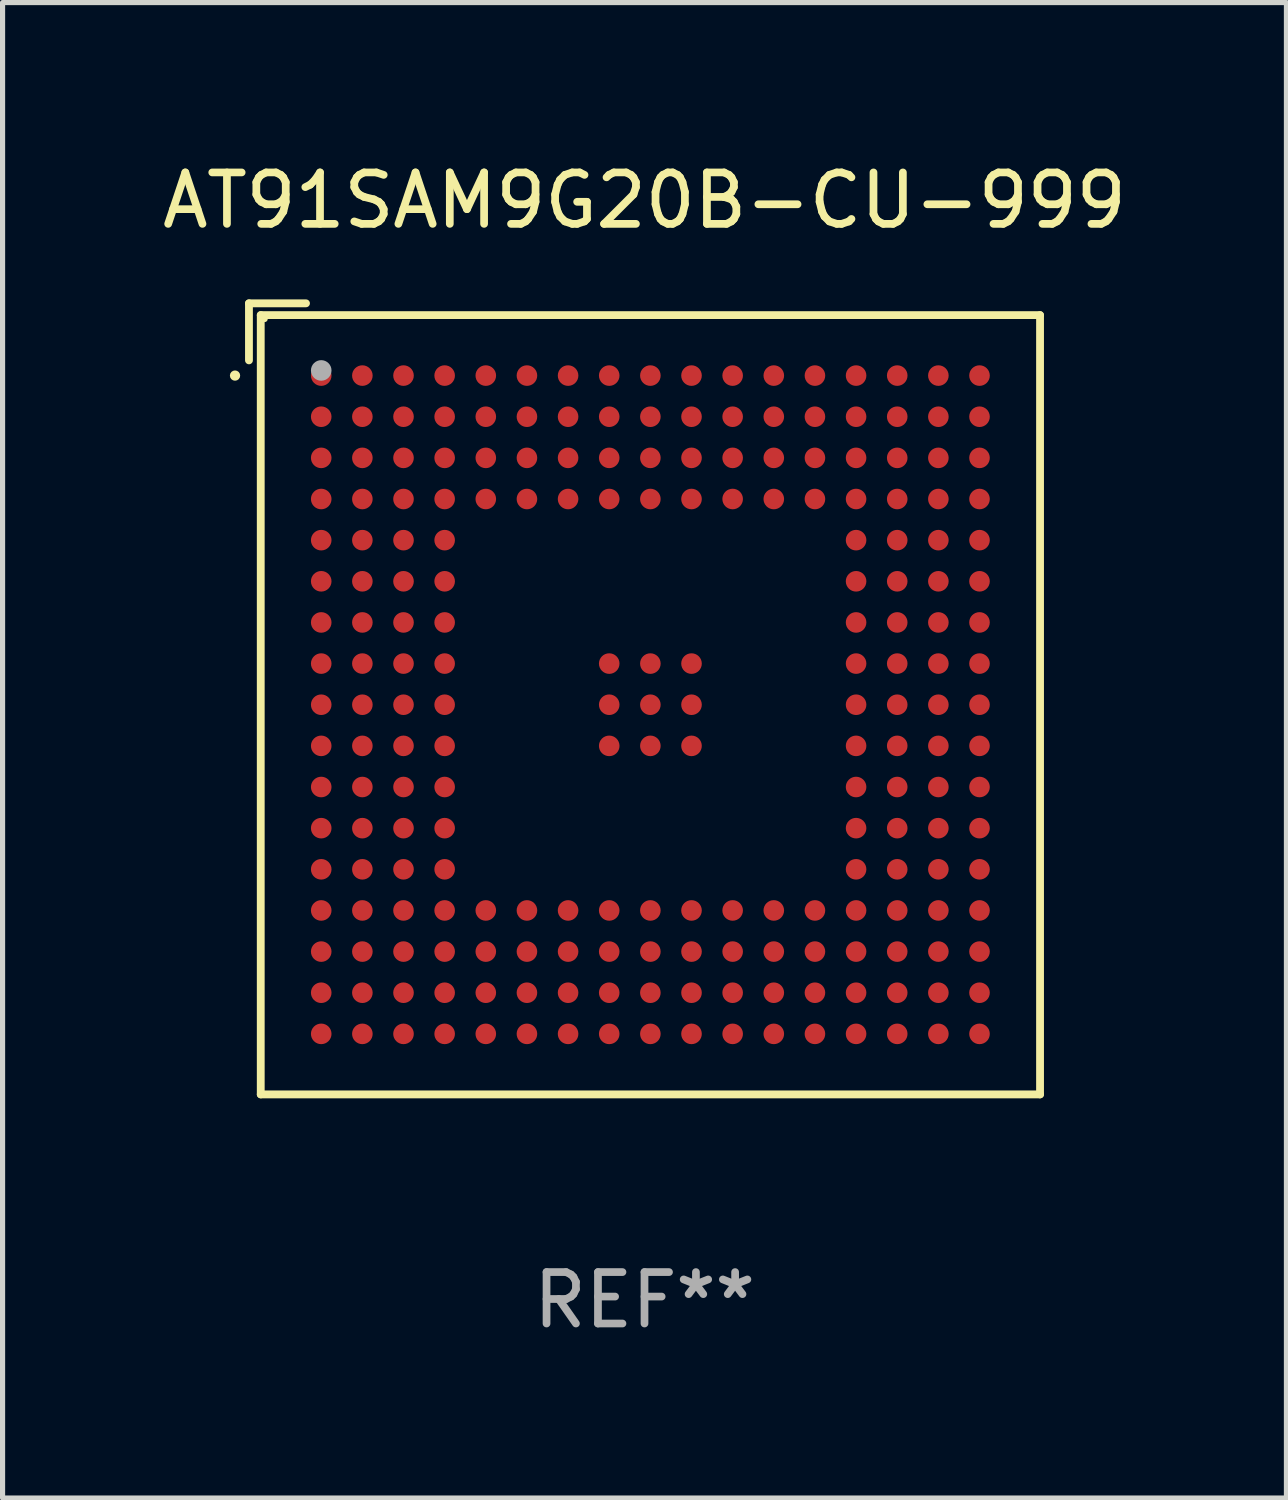
<source format=kicad_pcb>
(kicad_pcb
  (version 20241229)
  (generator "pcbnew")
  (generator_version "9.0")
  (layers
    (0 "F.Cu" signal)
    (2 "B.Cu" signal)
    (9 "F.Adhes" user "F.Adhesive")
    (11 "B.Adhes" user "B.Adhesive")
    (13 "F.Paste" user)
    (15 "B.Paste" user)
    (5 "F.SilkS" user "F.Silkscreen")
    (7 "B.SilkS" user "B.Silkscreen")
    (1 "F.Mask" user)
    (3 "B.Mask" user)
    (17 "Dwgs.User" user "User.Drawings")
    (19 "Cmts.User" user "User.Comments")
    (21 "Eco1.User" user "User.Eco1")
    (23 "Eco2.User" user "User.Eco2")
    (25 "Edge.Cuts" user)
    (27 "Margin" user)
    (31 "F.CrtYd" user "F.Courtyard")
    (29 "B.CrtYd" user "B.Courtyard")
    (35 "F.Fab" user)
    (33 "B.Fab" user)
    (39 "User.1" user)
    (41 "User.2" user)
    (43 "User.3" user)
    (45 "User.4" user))
  (footprint "AT91SAM9G20B-CU-999"
    (layer "F.Cu")
    (at 9.482 10.539)
    (property "Reference" "AT91SAM9G20B-CU-999" (at 0 -9.691 0) (layer "F.SilkS") (effects (font (size 1 1) (thickness 0.15))))
    (attr through_hole)
    (fp_line (start -7.691 -7.691) (end -6.582 -7.691) (stroke (width 0.152) (type solid)) (layer "F.SilkS"))
    (fp_line (start -7.691 -6.582) (end -7.691 -7.691) (stroke (width 0.152) (type solid)) (layer "F.SilkS"))
    (fp_line (start -7.462 -7.462) (end 7.691 -7.462) (stroke (width 0.152) (type solid)) (layer "F.SilkS"))
    (fp_line (start -7.462 7.691) (end -7.462 -7.462) (stroke (width 0.152) (type solid)) (layer "F.SilkS"))
    (fp_line (start 7.691 -7.462) (end 7.691 7.691) (stroke (width 0.152) (type solid)) (layer "F.SilkS"))
    (fp_line (start 7.691 7.691) (end -7.462 7.691) (stroke (width 0.152) (type solid)) (layer "F.SilkS"))
    (fp_circle (center -7.962 -6.286) (end -7.912 -6.286) (stroke (width 0.1) (type solid)) (fill no) (layer "F.SilkS"))
    (fp_circle (center -7.386 -7.386) (end -7.356 -7.386) (stroke (width 0.06) (type solid)) (fill no) (layer "F.SilkS"))
    (fp_circle (center -6.286 -6.386) (end -6.186 -6.386) (stroke (width 0.2) (type solid)) (fill no) (layer "F.Fab"))
    (fp_text user "REF**" (at 0 11.691 0) (layer "F.Fab") (effects (font (size 1 1) (thickness 0.15))))
    (pad "A1" smd circle (at -6.286 -6.286) (size 0.4 0.4) (layers "F.Cu" "F.Mask" "F.Paste"))
    (pad "A2" smd circle (at -5.486 -6.286) (size 0.4 0.4) (layers "F.Cu" "F.Mask" "F.Paste"))
    (pad "A3" smd circle (at -4.686 -6.286) (size 0.4 0.4) (layers "F.Cu" "F.Mask" "F.Paste"))
    (pad "A4" smd circle (at -3.886 -6.286) (size 0.4 0.4) (layers "F.Cu" "F.Mask" "F.Paste"))
    (pad "A5" smd circle (at -3.086 -6.286) (size 0.4 0.4) (layers "F.Cu" "F.Mask" "F.Paste"))
    (pad "A6" smd circle (at -2.286 -6.286) (size 0.4 0.4) (layers "F.Cu" "F.Mask" "F.Paste"))
    (pad "A7" smd circle (at -1.486 -6.286) (size 0.4 0.4) (layers "F.Cu" "F.Mask" "F.Paste"))
    (pad "A8" smd circle (at -0.686 -6.286) (size 0.4 0.4) (layers "F.Cu" "F.Mask" "F.Paste"))
    (pad "A9" smd circle (at 0.114 -6.286) (size 0.4 0.4) (layers "F.Cu" "F.Mask" "F.Paste"))
    (pad "A10" smd circle (at 0.914 -6.286) (size 0.4 0.4) (layers "F.Cu" "F.Mask" "F.Paste"))
    (pad "A11" smd circle (at 1.714 -6.286) (size 0.4 0.4) (layers "F.Cu" "F.Mask" "F.Paste"))
    (pad "A12" smd circle (at 2.514 -6.286) (size 0.4 0.4) (layers "F.Cu" "F.Mask" "F.Paste"))
    (pad "A13" smd circle (at 3.314 -6.286) (size 0.4 0.4) (layers "F.Cu" "F.Mask" "F.Paste"))
    (pad "A14" smd circle (at 4.114 -6.286) (size 0.4 0.4) (layers "F.Cu" "F.Mask" "F.Paste"))
    (pad "A15" smd circle (at 4.914 -6.286) (size 0.4 0.4) (layers "F.Cu" "F.Mask" "F.Paste"))
    (pad "A16" smd circle (at 5.714 -6.286) (size 0.4 0.4) (layers "F.Cu" "F.Mask" "F.Paste"))
    (pad "A17" smd circle (at 6.514 -6.286) (size 0.4 0.4) (layers "F.Cu" "F.Mask" "F.Paste"))
    (pad "B1" smd circle (at -6.286 -5.486) (size 0.4 0.4) (layers "F.Cu" "F.Mask" "F.Paste"))
    (pad "B2" smd circle (at -5.486 -5.486) (size 0.4 0.4) (layers "F.Cu" "F.Mask" "F.Paste"))
    (pad "B3" smd circle (at -4.686 -5.486) (size 0.4 0.4) (layers "F.Cu" "F.Mask" "F.Paste"))
    (pad "B4" smd circle (at -3.886 -5.486) (size 0.4 0.4) (layers "F.Cu" "F.Mask" "F.Paste"))
    (pad "B5" smd circle (at -3.086 -5.486) (size 0.4 0.4) (layers "F.Cu" "F.Mask" "F.Paste"))
    (pad "B6" smd circle (at -2.286 -5.486) (size 0.4 0.4) (layers "F.Cu" "F.Mask" "F.Paste"))
    (pad "B7" smd circle (at -1.486 -5.486) (size 0.4 0.4) (layers "F.Cu" "F.Mask" "F.Paste"))
    (pad "B8" smd circle (at -0.686 -5.486) (size 0.4 0.4) (layers "F.Cu" "F.Mask" "F.Paste"))
    (pad "B9" smd circle (at 0.114 -5.486) (size 0.4 0.4) (layers "F.Cu" "F.Mask" "F.Paste"))
    (pad "B10" smd circle (at 0.914 -5.486) (size 0.4 0.4) (layers "F.Cu" "F.Mask" "F.Paste"))
    (pad "B11" smd circle (at 1.714 -5.486) (size 0.4 0.4) (layers "F.Cu" "F.Mask" "F.Paste"))
    (pad "B12" smd circle (at 2.514 -5.486) (size 0.4 0.4) (layers "F.Cu" "F.Mask" "F.Paste"))
    (pad "B13" smd circle (at 3.314 -5.486) (size 0.4 0.4) (layers "F.Cu" "F.Mask" "F.Paste"))
    (pad "B14" smd circle (at 4.114 -5.486) (size 0.4 0.4) (layers "F.Cu" "F.Mask" "F.Paste"))
    (pad "B15" smd circle (at 4.914 -5.486) (size 0.4 0.4) (layers "F.Cu" "F.Mask" "F.Paste"))
    (pad "B16" smd circle (at 5.714 -5.486) (size 0.4 0.4) (layers "F.Cu" "F.Mask" "F.Paste"))
    (pad "B17" smd circle (at 6.514 -5.486) (size 0.4 0.4) (layers "F.Cu" "F.Mask" "F.Paste"))
    (pad "C1" smd circle (at -6.286 -4.686) (size 0.4 0.4) (layers "F.Cu" "F.Mask" "F.Paste"))
    (pad "C2" smd circle (at -5.486 -4.686) (size 0.4 0.4) (layers "F.Cu" "F.Mask" "F.Paste"))
    (pad "C3" smd circle (at -4.686 -4.686) (size 0.4 0.4) (layers "F.Cu" "F.Mask" "F.Paste"))
    (pad "C4" smd circle (at -3.886 -4.686) (size 0.4 0.4) (layers "F.Cu" "F.Mask" "F.Paste"))
    (pad "C5" smd circle (at -3.086 -4.686) (size 0.4 0.4) (layers "F.Cu" "F.Mask" "F.Paste"))
    (pad "C6" smd circle (at -2.286 -4.686) (size 0.4 0.4) (layers "F.Cu" "F.Mask" "F.Paste"))
    (pad "C7" smd circle (at -1.486 -4.686) (size 0.4 0.4) (layers "F.Cu" "F.Mask" "F.Paste"))
    (pad "C8" smd circle (at -0.686 -4.686) (size 0.4 0.4) (layers "F.Cu" "F.Mask" "F.Paste"))
    (pad "C9" smd circle (at 0.114 -4.686) (size 0.4 0.4) (layers "F.Cu" "F.Mask" "F.Paste"))
    (pad "C10" smd circle (at 0.914 -4.686) (size 0.4 0.4) (layers "F.Cu" "F.Mask" "F.Paste"))
    (pad "C11" smd circle (at 1.714 -4.686) (size 0.4 0.4) (layers "F.Cu" "F.Mask" "F.Paste"))
    (pad "C12" smd circle (at 2.514 -4.686) (size 0.4 0.4) (layers "F.Cu" "F.Mask" "F.Paste"))
    (pad "C13" smd circle (at 3.314 -4.686) (size 0.4 0.4) (layers "F.Cu" "F.Mask" "F.Paste"))
    (pad "C14" smd circle (at 4.114 -4.686) (size 0.4 0.4) (layers "F.Cu" "F.Mask" "F.Paste"))
    (pad "C15" smd circle (at 4.914 -4.686) (size 0.4 0.4) (layers "F.Cu" "F.Mask" "F.Paste"))
    (pad "C16" smd circle (at 5.714 -4.686) (size 0.4 0.4) (layers "F.Cu" "F.Mask" "F.Paste"))
    (pad "C17" smd circle (at 6.514 -4.686) (size 0.4 0.4) (layers "F.Cu" "F.Mask" "F.Paste"))
    (pad "D1" smd circle (at -6.286 -3.886) (size 0.4 0.4) (layers "F.Cu" "F.Mask" "F.Paste"))
    (pad "D2" smd circle (at -5.486 -3.886) (size 0.4 0.4) (layers "F.Cu" "F.Mask" "F.Paste"))
    (pad "D3" smd circle (at -4.686 -3.886) (size 0.4 0.4) (layers "F.Cu" "F.Mask" "F.Paste"))
    (pad "D4" smd circle (at -3.886 -3.886) (size 0.4 0.4) (layers "F.Cu" "F.Mask" "F.Paste"))
    (pad "D5" smd circle (at -3.086 -3.886) (size 0.4 0.4) (layers "F.Cu" "F.Mask" "F.Paste"))
    (pad "D6" smd circle (at -2.286 -3.886) (size 0.4 0.4) (layers "F.Cu" "F.Mask" "F.Paste"))
    (pad "D7" smd circle (at -1.486 -3.886) (size 0.4 0.4) (layers "F.Cu" "F.Mask" "F.Paste"))
    (pad "D8" smd circle (at -0.686 -3.886) (size 0.4 0.4) (layers "F.Cu" "F.Mask" "F.Paste"))
    (pad "D9" smd circle (at 0.114 -3.886) (size 0.4 0.4) (layers "F.Cu" "F.Mask" "F.Paste"))
    (pad "D10" smd circle (at 0.914 -3.886) (size 0.4 0.4) (layers "F.Cu" "F.Mask" "F.Paste"))
    (pad "D11" smd circle (at 1.714 -3.886) (size 0.4 0.4) (layers "F.Cu" "F.Mask" "F.Paste"))
    (pad "D12" smd circle (at 2.514 -3.886) (size 0.4 0.4) (layers "F.Cu" "F.Mask" "F.Paste"))
    (pad "D13" smd circle (at 3.314 -3.886) (size 0.4 0.4) (layers "F.Cu" "F.Mask" "F.Paste"))
    (pad "D14" smd circle (at 4.114 -3.886) (size 0.4 0.4) (layers "F.Cu" "F.Mask" "F.Paste"))
    (pad "D15" smd circle (at 4.914 -3.886) (size 0.4 0.4) (layers "F.Cu" "F.Mask" "F.Paste"))
    (pad "D16" smd circle (at 5.714 -3.886) (size 0.4 0.4) (layers "F.Cu" "F.Mask" "F.Paste"))
    (pad "D17" smd circle (at 6.514 -3.886) (size 0.4 0.4) (layers "F.Cu" "F.Mask" "F.Paste"))
    (pad "E1" smd circle (at -6.286 -3.086) (size 0.4 0.4) (layers "F.Cu" "F.Mask" "F.Paste"))
    (pad "E2" smd circle (at -5.486 -3.086) (size 0.4 0.4) (layers "F.Cu" "F.Mask" "F.Paste"))
    (pad "E3" smd circle (at -4.686 -3.086) (size 0.4 0.4) (layers "F.Cu" "F.Mask" "F.Paste"))
    (pad "E4" smd circle (at -3.886 -3.086) (size 0.4 0.4) (layers "F.Cu" "F.Mask" "F.Paste"))
    (pad "E14" smd circle (at 4.114 -3.086) (size 0.4 0.4) (layers "F.Cu" "F.Mask" "F.Paste"))
    (pad "E15" smd circle (at 4.914 -3.086) (size 0.4 0.4) (layers "F.Cu" "F.Mask" "F.Paste"))
    (pad "E16" smd circle (at 5.714 -3.086) (size 0.4 0.4) (layers "F.Cu" "F.Mask" "F.Paste"))
    (pad "E17" smd circle (at 6.514 -3.086) (size 0.4 0.4) (layers "F.Cu" "F.Mask" "F.Paste"))
    (pad "F1" smd circle (at -6.286 -2.286) (size 0.4 0.4) (layers "F.Cu" "F.Mask" "F.Paste"))
    (pad "F2" smd circle (at -5.486 -2.286) (size 0.4 0.4) (layers "F.Cu" "F.Mask" "F.Paste"))
    (pad "F3" smd circle (at -4.686 -2.286) (size 0.4 0.4) (layers "F.Cu" "F.Mask" "F.Paste"))
    (pad "F4" smd circle (at -3.886 -2.286) (size 0.4 0.4) (layers "F.Cu" "F.Mask" "F.Paste"))
    (pad "F14" smd circle (at 4.114 -2.286) (size 0.4 0.4) (layers "F.Cu" "F.Mask" "F.Paste"))
    (pad "F15" smd circle (at 4.914 -2.286) (size 0.4 0.4) (layers "F.Cu" "F.Mask" "F.Paste"))
    (pad "F16" smd circle (at 5.714 -2.286) (size 0.4 0.4) (layers "F.Cu" "F.Mask" "F.Paste"))
    (pad "F17" smd circle (at 6.514 -2.286) (size 0.4 0.4) (layers "F.Cu" "F.Mask" "F.Paste"))
    (pad "G1" smd circle (at -6.286 -1.486) (size 0.4 0.4) (layers "F.Cu" "F.Mask" "F.Paste"))
    (pad "G2" smd circle (at -5.486 -1.486) (size 0.4 0.4) (layers "F.Cu" "F.Mask" "F.Paste"))
    (pad "G3" smd circle (at -4.686 -1.486) (size 0.4 0.4) (layers "F.Cu" "F.Mask" "F.Paste"))
    (pad "G4" smd circle (at -3.886 -1.486) (size 0.4 0.4) (layers "F.Cu" "F.Mask" "F.Paste"))
    (pad "G14" smd circle (at 4.114 -1.486) (size 0.4 0.4) (layers "F.Cu" "F.Mask" "F.Paste"))
    (pad "G15" smd circle (at 4.914 -1.486) (size 0.4 0.4) (layers "F.Cu" "F.Mask" "F.Paste"))
    (pad "G16" smd circle (at 5.714 -1.486) (size 0.4 0.4) (layers "F.Cu" "F.Mask" "F.Paste"))
    (pad "G17" smd circle (at 6.514 -1.486) (size 0.4 0.4) (layers "F.Cu" "F.Mask" "F.Paste"))
    (pad "H1" smd circle (at -6.286 -0.686) (size 0.4 0.4) (layers "F.Cu" "F.Mask" "F.Paste"))
    (pad "H2" smd circle (at -5.486 -0.686) (size 0.4 0.4) (layers "F.Cu" "F.Mask" "F.Paste"))
    (pad "H3" smd circle (at -4.686 -0.686) (size 0.4 0.4) (layers "F.Cu" "F.Mask" "F.Paste"))
    (pad "H4" smd circle (at -3.886 -0.686) (size 0.4 0.4) (layers "F.Cu" "F.Mask" "F.Paste"))
    (pad "H8" smd circle (at -0.686 -0.686) (size 0.4 0.4) (layers "F.Cu" "F.Mask" "F.Paste"))
    (pad "H9" smd circle (at 0.114 -0.686) (size 0.4 0.4) (layers "F.Cu" "F.Mask" "F.Paste"))
    (pad "H10" smd circle (at 0.914 -0.686) (size 0.4 0.4) (layers "F.Cu" "F.Mask" "F.Paste"))
    (pad "H14" smd circle (at 4.114 -0.686) (size 0.4 0.4) (layers "F.Cu" "F.Mask" "F.Paste"))
    (pad "H15" smd circle (at 4.914 -0.686) (size 0.4 0.4) (layers "F.Cu" "F.Mask" "F.Paste"))
    (pad "H16" smd circle (at 5.714 -0.686) (size 0.4 0.4) (layers "F.Cu" "F.Mask" "F.Paste"))
    (pad "H17" smd circle (at 6.514 -0.686) (size 0.4 0.4) (layers "F.Cu" "F.Mask" "F.Paste"))
    (pad "J1" smd circle (at -6.286 0.114) (size 0.4 0.4) (layers "F.Cu" "F.Mask" "F.Paste"))
    (pad "J2" smd circle (at -5.486 0.114) (size 0.4 0.4) (layers "F.Cu" "F.Mask" "F.Paste"))
    (pad "J3" smd circle (at -4.686 0.114) (size 0.4 0.4) (layers "F.Cu" "F.Mask" "F.Paste"))
    (pad "J4" smd circle (at -3.886 0.114) (size 0.4 0.4) (layers "F.Cu" "F.Mask" "F.Paste"))
    (pad "J8" smd circle (at -0.686 0.114) (size 0.4 0.4) (layers "F.Cu" "F.Mask" "F.Paste"))
    (pad "J9" smd circle (at 0.114 0.114) (size 0.4 0.4) (layers "F.Cu" "F.Mask" "F.Paste"))
    (pad "J10" smd circle (at 0.914 0.114) (size 0.4 0.4) (layers "F.Cu" "F.Mask" "F.Paste"))
    (pad "J14" smd circle (at 4.114 0.114) (size 0.4 0.4) (layers "F.Cu" "F.Mask" "F.Paste"))
    (pad "J15" smd circle (at 4.914 0.114) (size 0.4 0.4) (layers "F.Cu" "F.Mask" "F.Paste"))
    (pad "J16" smd circle (at 5.714 0.114) (size 0.4 0.4) (layers "F.Cu" "F.Mask" "F.Paste"))
    (pad "J17" smd circle (at 6.514 0.114) (size 0.4 0.4) (layers "F.Cu" "F.Mask" "F.Paste"))
    (pad "K1" smd circle (at -6.286 0.914) (size 0.4 0.4) (layers "F.Cu" "F.Mask" "F.Paste"))
    (pad "K2" smd circle (at -5.486 0.914) (size 0.4 0.4) (layers "F.Cu" "F.Mask" "F.Paste"))
    (pad "K3" smd circle (at -4.686 0.914) (size 0.4 0.4) (layers "F.Cu" "F.Mask" "F.Paste"))
    (pad "K4" smd circle (at -3.886 0.914) (size 0.4 0.4) (layers "F.Cu" "F.Mask" "F.Paste"))
    (pad "K8" smd circle (at -0.686 0.914) (size 0.4 0.4) (layers "F.Cu" "F.Mask" "F.Paste"))
    (pad "K9" smd circle (at 0.114 0.914) (size 0.4 0.4) (layers "F.Cu" "F.Mask" "F.Paste"))
    (pad "K10" smd circle (at 0.914 0.914) (size 0.4 0.4) (layers "F.Cu" "F.Mask" "F.Paste"))
    (pad "K14" smd circle (at 4.114 0.914) (size 0.4 0.4) (layers "F.Cu" "F.Mask" "F.Paste"))
    (pad "K15" smd circle (at 4.914 0.914) (size 0.4 0.4) (layers "F.Cu" "F.Mask" "F.Paste"))
    (pad "K16" smd circle (at 5.714 0.914) (size 0.4 0.4) (layers "F.Cu" "F.Mask" "F.Paste"))
    (pad "K17" smd circle (at 6.514 0.914) (size 0.4 0.4) (layers "F.Cu" "F.Mask" "F.Paste"))
    (pad "L1" smd circle (at -6.286 1.714) (size 0.4 0.4) (layers "F.Cu" "F.Mask" "F.Paste"))
    (pad "L2" smd circle (at -5.486 1.714) (size 0.4 0.4) (layers "F.Cu" "F.Mask" "F.Paste"))
    (pad "L3" smd circle (at -4.686 1.714) (size 0.4 0.4) (layers "F.Cu" "F.Mask" "F.Paste"))
    (pad "L4" smd circle (at -3.886 1.714) (size 0.4 0.4) (layers "F.Cu" "F.Mask" "F.Paste"))
    (pad "L14" smd circle (at 4.114 1.714) (size 0.4 0.4) (layers "F.Cu" "F.Mask" "F.Paste"))
    (pad "L15" smd circle (at 4.914 1.714) (size 0.4 0.4) (layers "F.Cu" "F.Mask" "F.Paste"))
    (pad "L16" smd circle (at 5.714 1.714) (size 0.4 0.4) (layers "F.Cu" "F.Mask" "F.Paste"))
    (pad "L17" smd circle (at 6.514 1.714) (size 0.4 0.4) (layers "F.Cu" "F.Mask" "F.Paste"))
    (pad "M1" smd circle (at -6.286 2.514) (size 0.4 0.4) (layers "F.Cu" "F.Mask" "F.Paste"))
    (pad "M2" smd circle (at -5.486 2.514) (size 0.4 0.4) (layers "F.Cu" "F.Mask" "F.Paste"))
    (pad "M3" smd circle (at -4.686 2.514) (size 0.4 0.4) (layers "F.Cu" "F.Mask" "F.Paste"))
    (pad "M4" smd circle (at -3.886 2.514) (size 0.4 0.4) (layers "F.Cu" "F.Mask" "F.Paste"))
    (pad "M14" smd circle (at 4.114 2.514) (size 0.4 0.4) (layers "F.Cu" "F.Mask" "F.Paste"))
    (pad "M15" smd circle (at 4.914 2.514) (size 0.4 0.4) (layers "F.Cu" "F.Mask" "F.Paste"))
    (pad "M16" smd circle (at 5.714 2.514) (size 0.4 0.4) (layers "F.Cu" "F.Mask" "F.Paste"))
    (pad "M17" smd circle (at 6.514 2.514) (size 0.4 0.4) (layers "F.Cu" "F.Mask" "F.Paste"))
    (pad "N1" smd circle (at -6.286 3.314) (size 0.4 0.4) (layers "F.Cu" "F.Mask" "F.Paste"))
    (pad "N2" smd circle (at -5.486 3.314) (size 0.4 0.4) (layers "F.Cu" "F.Mask" "F.Paste"))
    (pad "N3" smd circle (at -4.686 3.314) (size 0.4 0.4) (layers "F.Cu" "F.Mask" "F.Paste"))
    (pad "N4" smd circle (at -3.886 3.314) (size 0.4 0.4) (layers "F.Cu" "F.Mask" "F.Paste"))
    (pad "N14" smd circle (at 4.114 3.314) (size 0.4 0.4) (layers "F.Cu" "F.Mask" "F.Paste"))
    (pad "N15" smd circle (at 4.914 3.314) (size 0.4 0.4) (layers "F.Cu" "F.Mask" "F.Paste"))
    (pad "N16" smd circle (at 5.714 3.314) (size 0.4 0.4) (layers "F.Cu" "F.Mask" "F.Paste"))
    (pad "N17" smd circle (at 6.514 3.314) (size 0.4 0.4) (layers "F.Cu" "F.Mask" "F.Paste"))
    (pad "P1" smd circle (at -6.286 4.114) (size 0.4 0.4) (layers "F.Cu" "F.Mask" "F.Paste"))
    (pad "P2" smd circle (at -5.486 4.114) (size 0.4 0.4) (layers "F.Cu" "F.Mask" "F.Paste"))
    (pad "P3" smd circle (at -4.686 4.114) (size 0.4 0.4) (layers "F.Cu" "F.Mask" "F.Paste"))
    (pad "P4" smd circle (at -3.886 4.114) (size 0.4 0.4) (layers "F.Cu" "F.Mask" "F.Paste"))
    (pad "P5" smd circle (at -3.086 4.114) (size 0.4 0.4) (layers "F.Cu" "F.Mask" "F.Paste"))
    (pad "P6" smd circle (at -2.286 4.114) (size 0.4 0.4) (layers "F.Cu" "F.Mask" "F.Paste"))
    (pad "P7" smd circle (at -1.486 4.114) (size 0.4 0.4) (layers "F.Cu" "F.Mask" "F.Paste"))
    (pad "P8" smd circle (at -0.686 4.114) (size 0.4 0.4) (layers "F.Cu" "F.Mask" "F.Paste"))
    (pad "P9" smd circle (at 0.114 4.114) (size 0.4 0.4) (layers "F.Cu" "F.Mask" "F.Paste"))
    (pad "P10" smd circle (at 0.914 4.114) (size 0.4 0.4) (layers "F.Cu" "F.Mask" "F.Paste"))
    (pad "P11" smd circle (at 1.714 4.114) (size 0.4 0.4) (layers "F.Cu" "F.Mask" "F.Paste"))
    (pad "P12" smd circle (at 2.514 4.114) (size 0.4 0.4) (layers "F.Cu" "F.Mask" "F.Paste"))
    (pad "P13" smd circle (at 3.314 4.114) (size 0.4 0.4) (layers "F.Cu" "F.Mask" "F.Paste"))
    (pad "P14" smd circle (at 4.114 4.114) (size 0.4 0.4) (layers "F.Cu" "F.Mask" "F.Paste"))
    (pad "P15" smd circle (at 4.914 4.114) (size 0.4 0.4) (layers "F.Cu" "F.Mask" "F.Paste"))
    (pad "P16" smd circle (at 5.714 4.114) (size 0.4 0.4) (layers "F.Cu" "F.Mask" "F.Paste"))
    (pad "P17" smd circle (at 6.514 4.114) (size 0.4 0.4) (layers "F.Cu" "F.Mask" "F.Paste"))
    (pad "R1" smd circle (at -6.286 4.914) (size 0.4 0.4) (layers "F.Cu" "F.Mask" "F.Paste"))
    (pad "R2" smd circle (at -5.486 4.914) (size 0.4 0.4) (layers "F.Cu" "F.Mask" "F.Paste"))
    (pad "R3" smd circle (at -4.686 4.914) (size 0.4 0.4) (layers "F.Cu" "F.Mask" "F.Paste"))
    (pad "R4" smd circle (at -3.886 4.914) (size 0.4 0.4) (layers "F.Cu" "F.Mask" "F.Paste"))
    (pad "R5" smd circle (at -3.086 4.914) (size 0.4 0.4) (layers "F.Cu" "F.Mask" "F.Paste"))
    (pad "R6" smd circle (at -2.286 4.914) (size 0.4 0.4) (layers "F.Cu" "F.Mask" "F.Paste"))
    (pad "R7" smd circle (at -1.486 4.914) (size 0.4 0.4) (layers "F.Cu" "F.Mask" "F.Paste"))
    (pad "R8" smd circle (at -0.686 4.914) (size 0.4 0.4) (layers "F.Cu" "F.Mask" "F.Paste"))
    (pad "R9" smd circle (at 0.114 4.914) (size 0.4 0.4) (layers "F.Cu" "F.Mask" "F.Paste"))
    (pad "R10" smd circle (at 0.914 4.914) (size 0.4 0.4) (layers "F.Cu" "F.Mask" "F.Paste"))
    (pad "R11" smd circle (at 1.714 4.914) (size 0.4 0.4) (layers "F.Cu" "F.Mask" "F.Paste"))
    (pad "R12" smd circle (at 2.514 4.914) (size 0.4 0.4) (layers "F.Cu" "F.Mask" "F.Paste"))
    (pad "R13" smd circle (at 3.314 4.914) (size 0.4 0.4) (layers "F.Cu" "F.Mask" "F.Paste"))
    (pad "R14" smd circle (at 4.114 4.914) (size 0.4 0.4) (layers "F.Cu" "F.Mask" "F.Paste"))
    (pad "R15" smd circle (at 4.914 4.914) (size 0.4 0.4) (layers "F.Cu" "F.Mask" "F.Paste"))
    (pad "R16" smd circle (at 5.714 4.914) (size 0.4 0.4) (layers "F.Cu" "F.Mask" "F.Paste"))
    (pad "R17" smd circle (at 6.514 4.914) (size 0.4 0.4) (layers "F.Cu" "F.Mask" "F.Paste"))
    (pad "T1" smd circle (at -6.286 5.714) (size 0.4 0.4) (layers "F.Cu" "F.Mask" "F.Paste"))
    (pad "T2" smd circle (at -5.486 5.714) (size 0.4 0.4) (layers "F.Cu" "F.Mask" "F.Paste"))
    (pad "T3" smd circle (at -4.686 5.714) (size 0.4 0.4) (layers "F.Cu" "F.Mask" "F.Paste"))
    (pad "T4" smd circle (at -3.886 5.714) (size 0.4 0.4) (layers "F.Cu" "F.Mask" "F.Paste"))
    (pad "T5" smd circle (at -3.086 5.714) (size 0.4 0.4) (layers "F.Cu" "F.Mask" "F.Paste"))
    (pad "T6" smd circle (at -2.286 5.714) (size 0.4 0.4) (layers "F.Cu" "F.Mask" "F.Paste"))
    (pad "T7" smd circle (at -1.486 5.714) (size 0.4 0.4) (layers "F.Cu" "F.Mask" "F.Paste"))
    (pad "T8" smd circle (at -0.686 5.714) (size 0.4 0.4) (layers "F.Cu" "F.Mask" "F.Paste"))
    (pad "T9" smd circle (at 0.114 5.714) (size 0.4 0.4) (layers "F.Cu" "F.Mask" "F.Paste"))
    (pad "T10" smd circle (at 0.914 5.714) (size 0.4 0.4) (layers "F.Cu" "F.Mask" "F.Paste"))
    (pad "T11" smd circle (at 1.714 5.714) (size 0.4 0.4) (layers "F.Cu" "F.Mask" "F.Paste"))
    (pad "T12" smd circle (at 2.514 5.714) (size 0.4 0.4) (layers "F.Cu" "F.Mask" "F.Paste"))
    (pad "T13" smd circle (at 3.314 5.714) (size 0.4 0.4) (layers "F.Cu" "F.Mask" "F.Paste"))
    (pad "T14" smd circle (at 4.114 5.714) (size 0.4 0.4) (layers "F.Cu" "F.Mask" "F.Paste"))
    (pad "T15" smd circle (at 4.914 5.714) (size 0.4 0.4) (layers "F.Cu" "F.Mask" "F.Paste"))
    (pad "T16" smd circle (at 5.714 5.714) (size 0.4 0.4) (layers "F.Cu" "F.Mask" "F.Paste"))
    (pad "T17" smd circle (at 6.514 5.714) (size 0.4 0.4) (layers "F.Cu" "F.Mask" "F.Paste"))
    (pad "U1" smd circle (at -6.286 6.514) (size 0.4 0.4) (layers "F.Cu" "F.Mask" "F.Paste"))
    (pad "U2" smd circle (at -5.486 6.514) (size 0.4 0.4) (layers "F.Cu" "F.Mask" "F.Paste"))
    (pad "U3" smd circle (at -4.686 6.514) (size 0.4 0.4) (layers "F.Cu" "F.Mask" "F.Paste"))
    (pad "U4" smd circle (at -3.886 6.514) (size 0.4 0.4) (layers "F.Cu" "F.Mask" "F.Paste"))
    (pad "U5" smd circle (at -3.086 6.514) (size 0.4 0.4) (layers "F.Cu" "F.Mask" "F.Paste"))
    (pad "U6" smd circle (at -2.286 6.514) (size 0.4 0.4) (layers "F.Cu" "F.Mask" "F.Paste"))
    (pad "U7" smd circle (at -1.486 6.514) (size 0.4 0.4) (layers "F.Cu" "F.Mask" "F.Paste"))
    (pad "U8" smd circle (at -0.686 6.514) (size 0.4 0.4) (layers "F.Cu" "F.Mask" "F.Paste"))
    (pad "U9" smd circle (at 0.114 6.514) (size 0.4 0.4) (layers "F.Cu" "F.Mask" "F.Paste"))
    (pad "U10" smd circle (at 0.914 6.514) (size 0.4 0.4) (layers "F.Cu" "F.Mask" "F.Paste"))
    (pad "U11" smd circle (at 1.714 6.514) (size 0.4 0.4) (layers "F.Cu" "F.Mask" "F.Paste"))
    (pad "U12" smd circle (at 2.514 6.514) (size 0.4 0.4) (layers "F.Cu" "F.Mask" "F.Paste"))
    (pad "U13" smd circle (at 3.314 6.514) (size 0.4 0.4) (layers "F.Cu" "F.Mask" "F.Paste"))
    (pad "U14" smd circle (at 4.114 6.514) (size 0.4 0.4) (layers "F.Cu" "F.Mask" "F.Paste"))
    (pad "U15" smd circle (at 4.914 6.514) (size 0.4 0.4) (layers "F.Cu" "F.Mask" "F.Paste"))
    (pad "U16" smd circle (at 5.714 6.514) (size 0.4 0.4) (layers "F.Cu" "F.Mask" "F.Paste"))
    (pad "U17" smd circle (at 6.514 6.514) (size 0.4 0.4) (layers "F.Cu" "F.Mask" "F.Paste")))
  (gr_rect
    (start -3 -3)
    (end 21.964 26.078)
    (stroke (width 0.1) (type default))
    (fill no)
    (layer "Edge.Cuts")))
</source>
